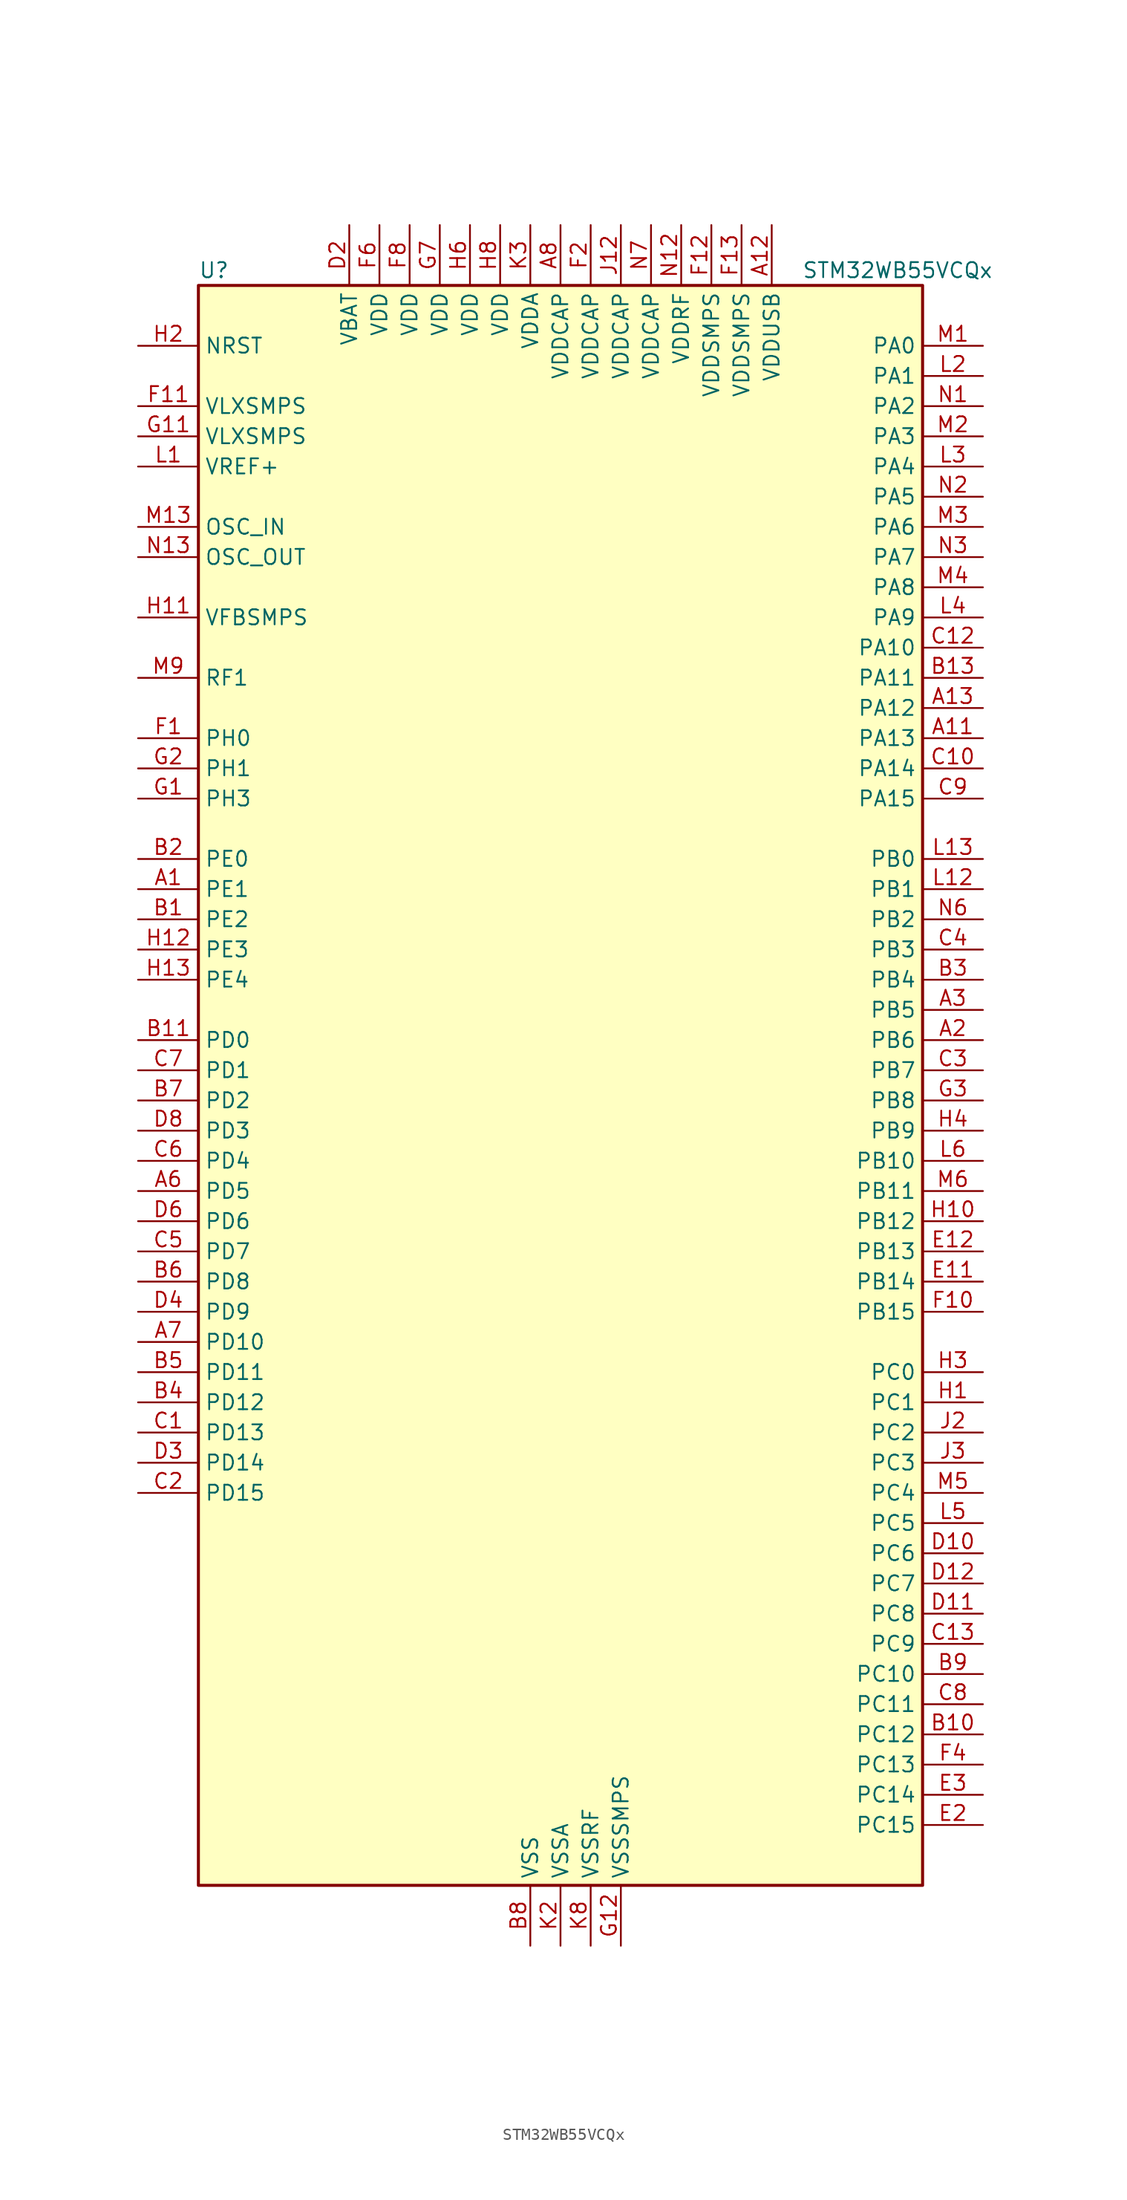
<source format=kicad_sym>
(kicad_symbol_lib
  (version 20231120)
  (generator "kicad-library-utils")
  (generator_version "8.0")
  (symbol "STM32WB55VCQx"
    (property "Reference" "U"
      (at -30.48 69.85 0)
      (effects (font (size 1.27 1.27)) (justify left)))
    (property "Value" "STM32WB55VCQx"
      (at 20.32 69.85 0)
      (effects (font (size 1.27 1.27)) (justify left)))
    (symbol "STM32WB55VCQx_0_1"
      (rectangle (start -30.48 -66.04) (end 30.48 68.58) (stroke (width 0.254) (type default)) (fill (type background))))
    (symbol "STM32WB55VCQx_1_1"
      (pin bidirectional line (at -35.56 17.78 0) (length 5.08) (name "PE1" (effects (font (size 1.27 1.27)))) (number "A1" (effects (font (size 1.27 1.27)))) (alternate "LCD_SEG37" bidirectional line) (alternate "TIM17_CH1" bidirectional line) (alternate "TSC_G7_IO2" bidirectional line))
      (pin bidirectional line (at 35.56 30.48 180) (length 5.08) (name "PA13" (effects (font (size 1.27 1.27)))) (number "A11" (effects (font (size 1.27 1.27)))) (alternate "IR_OUT" bidirectional line) (alternate "SAI1_SD_B" bidirectional line) (alternate "SYS_JTMS-SWDIO" bidirectional line) (alternate "USB_NOE" bidirectional line))
      (pin power_in line (at 17.78 73.66 270) (length 5.08) (name "VDDUSB" (effects (font (size 1.27 1.27)))) (number "A12" (effects (font (size 1.27 1.27)))))
      (pin bidirectional line (at 35.56 33.02 180) (length 5.08) (name "PA12" (effects (font (size 1.27 1.27)))) (number "A13" (effects (font (size 1.27 1.27)))) (alternate "LPUART1_RX" bidirectional line) (alternate "SPI1_MOSI" bidirectional line) (alternate "TIM1_ETR" bidirectional line) (alternate "USART1_DE" bidirectional line) (alternate "USART1_RTS" bidirectional line) (alternate "USB_DP" bidirectional line))
      (pin bidirectional line (at 35.56 5.08 180) (length 5.08) (name "PB6" (effects (font (size 1.27 1.27)))) (number "A2" (effects (font (size 1.27 1.27)))) (alternate "COMP2_INP" bidirectional line) (alternate "I2C1_SCL" bidirectional line) (alternate "LCD_SEG6" bidirectional line) (alternate "LPTIM1_ETR" bidirectional line) (alternate "RCC_MCO" bidirectional line) (alternate "SAI1_FS_B" bidirectional line) (alternate "TIM16_CH1N" bidirectional line) (alternate "TSC_G2_IO3" bidirectional line) (alternate "USART1_TX" bidirectional line))
      (pin bidirectional line (at 35.56 7.62 180) (length 5.08) (name "PB5" (effects (font (size 1.27 1.27)))) (number "A3" (effects (font (size 1.27 1.27)))) (alternate "COMP2_OUT" bidirectional line) (alternate "I2C1_SMBA" bidirectional line) (alternate "LCD_SEG9" bidirectional line) (alternate "LPTIM1_IN1" bidirectional line) (alternate "LPUART1_TX" bidirectional line) (alternate "SAI1_SD_B" bidirectional line) (alternate "SPI1_MOSI" bidirectional line) (alternate "TIM16_BKIN" bidirectional line) (alternate "TSC_G2_IO2" bidirectional line) (alternate "USART1_CK" bidirectional line))
      (pin bidirectional line (at -35.56 -7.62 0) (length 5.08) (name "PD5" (effects (font (size 1.27 1.27)))) (number "A6" (effects (font (size 1.27 1.27)))) (alternate "QUADSPI_BK1_IO1" bidirectional line) (alternate "SAI1_MCLK_B" bidirectional line) (alternate "TSC_G5_IO2" bidirectional line))
      (pin bidirectional line (at -35.56 -20.32 0) (length 5.08) (name "PD10" (effects (font (size 1.27 1.27)))) (number "A7" (effects (font (size 1.27 1.27)))) (alternate "LCD_SEG30" bidirectional line) (alternate "SYS_TRIG_INOUT" bidirectional line) (alternate "TSC_G6_IO1" bidirectional line))
      (pin power_in line (at 0 73.66 270) (length 5.08) (name "VDDCAP" (effects (font (size 1.27 1.27)))) (number "A8" (effects (font (size 1.27 1.27)))))
      (pin bidirectional line (at -35.56 15.24 0) (length 5.08) (name "PE2" (effects (font (size 1.27 1.27)))) (number "B1" (effects (font (size 1.27 1.27)))) (alternate "LCD_SEG38" bidirectional line) (alternate "SAI1_CK1" bidirectional line) (alternate "SAI1_MCLK_A" bidirectional line) (alternate "SYS_TRACECLK" bidirectional line) (alternate "TSC_G7_IO1" bidirectional line))
      (pin bidirectional line (at 35.56 -53.34 180) (length 5.08) (name "PC12" (effects (font (size 1.27 1.27)))) (number "B10" (effects (font (size 1.27 1.27)))) (alternate "LCD_COM6" bidirectional line) (alternate "LCD_SEG30" bidirectional line) (alternate "LCD_SEG42" bidirectional line) (alternate "RCC_LSCO" bidirectional line) (alternate "RTC_TAMP3" bidirectional line) (alternate "SYS_TRACED3" bidirectional line) (alternate "SYS_WKUP3" bidirectional line) (alternate "TSC_G3_IO4" bidirectional line))
      (pin bidirectional line (at -35.56 5.08 0) (length 5.08) (name "PD0" (effects (font (size 1.27 1.27)))) (number "B11" (effects (font (size 1.27 1.27)))) (alternate "SPI2_NSS" bidirectional line))
      (pin passive line (at -2.54 -71.12 90) (length 5.08) hide (name "VSS" (effects (font (size 1.27 1.27)))) (number "B12" (effects (font (size 1.27 1.27)))))
      (pin bidirectional line (at 35.56 35.56 180) (length 5.08) (name "PA11" (effects (font (size 1.27 1.27)))) (number "B13" (effects (font (size 1.27 1.27)))) (alternate "ADC1_EXTI11" bidirectional line) (alternate "SPI1_MISO" bidirectional line) (alternate "TIM1_BKIN2" bidirectional line) (alternate "TIM1_CH4" bidirectional line) (alternate "USART1_CTS" bidirectional line) (alternate "USART1_NSS" bidirectional line) (alternate "USB_DM" bidirectional line))
      (pin bidirectional line (at -35.56 20.32 0) (length 5.08) (name "PE0" (effects (font (size 1.27 1.27)))) (number "B2" (effects (font (size 1.27 1.27)))) (alternate "LCD_SEG36" bidirectional line) (alternate "TIM16_CH1" bidirectional line) (alternate "TIM1_ETR" bidirectional line) (alternate "TSC_G7_IO3" bidirectional line))
      (pin bidirectional line (at 35.56 10.16 180) (length 5.08) (name "PB4" (effects (font (size 1.27 1.27)))) (number "B3" (effects (font (size 1.27 1.27)))) (alternate "COMP2_INP" bidirectional line) (alternate "I2C3_SDA" bidirectional line) (alternate "LCD_SEG8" bidirectional line) (alternate "SAI1_MCLK_B" bidirectional line) (alternate "SPI1_MISO" bidirectional line) (alternate "SYS_JTRST" bidirectional line) (alternate "TIM17_BKIN" bidirectional line) (alternate "TSC_G2_IO1" bidirectional line) (alternate "USART1_CTS" bidirectional line) (alternate "USART1_NSS" bidirectional line))
      (pin bidirectional line (at -35.56 -25.4 0) (length 5.08) (name "PD12" (effects (font (size 1.27 1.27)))) (number "B4" (effects (font (size 1.27 1.27)))) (alternate "LCD_SEG32" bidirectional line) (alternate "LPTIM2_IN1" bidirectional line) (alternate "TSC_G6_IO3" bidirectional line))
      (pin bidirectional line (at -35.56 -22.86 0) (length 5.08) (name "PD11" (effects (font (size 1.27 1.27)))) (number "B5" (effects (font (size 1.27 1.27)))) (alternate "ADC1_EXTI11" bidirectional line) (alternate "LCD_SEG31" bidirectional line) (alternate "LPTIM2_ETR" bidirectional line) (alternate "TSC_G6_IO2" bidirectional line))
      (pin bidirectional line (at -35.56 -15.24 0) (length 5.08) (name "PD8" (effects (font (size 1.27 1.27)))) (number "B6" (effects (font (size 1.27 1.27)))) (alternate "LCD_SEG28" bidirectional line) (alternate "TIM1_BKIN2" bidirectional line))
      (pin bidirectional line (at -35.56 0 0) (length 5.08) (name "PD2" (effects (font (size 1.27 1.27)))) (number "B7" (effects (font (size 1.27 1.27)))) (alternate "LCD_COM7" bidirectional line) (alternate "LCD_SEG31" bidirectional line) (alternate "LCD_SEG43" bidirectional line) (alternate "SYS_TRACED2" bidirectional line) (alternate "TSC_SYNC" bidirectional line))
      (pin power_in line (at -2.54 -71.12 90) (length 5.08) (name "VSS" (effects (font (size 1.27 1.27)))) (number "B8" (effects (font (size 1.27 1.27)))))
      (pin bidirectional line (at 35.56 -48.26 180) (length 5.08) (name "PC10" (effects (font (size 1.27 1.27)))) (number "B9" (effects (font (size 1.27 1.27)))) (alternate "LCD_COM4" bidirectional line) (alternate "LCD_SEG28" bidirectional line) (alternate "LCD_SEG40" bidirectional line) (alternate "SYS_TRACED1" bidirectional line) (alternate "TSC_G3_IO2" bidirectional line))
      (pin bidirectional line (at -35.56 -27.94 0) (length 5.08) (name "PD13" (effects (font (size 1.27 1.27)))) (number "C1" (effects (font (size 1.27 1.27)))) (alternate "LCD_SEG33" bidirectional line) (alternate "LPTIM2_OUT" bidirectional line) (alternate "TSC_G6_IO4" bidirectional line))
      (pin bidirectional line (at 35.56 27.94 180) (length 5.08) (name "PA14" (effects (font (size 1.27 1.27)))) (number "C10" (effects (font (size 1.27 1.27)))) (alternate "I2C1_SMBA" bidirectional line) (alternate "LCD_SEG5" bidirectional line) (alternate "LPTIM1_OUT" bidirectional line) (alternate "SAI1_FS_B" bidirectional line) (alternate "SYS_JTCK-SWCLK" bidirectional line))
      (pin passive line (at -2.54 -71.12 90) (length 5.08) hide (name "VSS" (effects (font (size 1.27 1.27)))) (number "C11" (effects (font (size 1.27 1.27)))))
      (pin bidirectional line (at 35.56 38.1 180) (length 5.08) (name "PA10" (effects (font (size 1.27 1.27)))) (number "C12" (effects (font (size 1.27 1.27)))) (alternate "CRS_SYNC" bidirectional line) (alternate "I2C1_SDA" bidirectional line) (alternate "LCD_COM2" bidirectional line) (alternate "SAI1_D1" bidirectional line) (alternate "SAI1_SD_A" bidirectional line) (alternate "TIM17_BKIN" bidirectional line) (alternate "TIM1_CH3" bidirectional line) (alternate "USART1_RX" bidirectional line))
      (pin bidirectional line (at 35.56 -45.72 180) (length 5.08) (name "PC9" (effects (font (size 1.27 1.27)))) (number "C13" (effects (font (size 1.27 1.27)))) (alternate "LCD_SEG27" bidirectional line) (alternate "SAI1_SCK_B" bidirectional line) (alternate "TIM1_BKIN" bidirectional line) (alternate "TSC_G4_IO4" bidirectional line) (alternate "USB_NOE" bidirectional line))
      (pin bidirectional line (at -35.56 -33.02 0) (length 5.08) (name "PD15" (effects (font (size 1.27 1.27)))) (number "C2" (effects (font (size 1.27 1.27)))) (alternate "ADC1_EXTI15" bidirectional line) (alternate "LCD_SEG35" bidirectional line) (alternate "TIM1_CH2" bidirectional line))
      (pin bidirectional line (at 35.56 2.54 180) (length 5.08) (name "PB7" (effects (font (size 1.27 1.27)))) (number "C3" (effects (font (size 1.27 1.27)))) (alternate "COMP2_INM" bidirectional line) (alternate "I2C1_SDA" bidirectional line) (alternate "LCD_SEG21" bidirectional line) (alternate "LPTIM1_IN2" bidirectional line) (alternate "SYS_PVD_IN" bidirectional line) (alternate "TIM17_CH1N" bidirectional line) (alternate "TIM1_BKIN" bidirectional line) (alternate "TSC_G2_IO4" bidirectional line) (alternate "USART1_RX" bidirectional line))
      (pin bidirectional line (at 35.56 12.7 180) (length 5.08) (name "PB3" (effects (font (size 1.27 1.27)))) (number "C4" (effects (font (size 1.27 1.27)))) (alternate "COMP2_INM" bidirectional line) (alternate "LCD_SEG7" bidirectional line) (alternate "SAI1_SCK_B" bidirectional line) (alternate "SPI1_SCK" bidirectional line) (alternate "SYS_JTDO-SWO" bidirectional line) (alternate "TIM2_CH2" bidirectional line) (alternate "USART1_DE" bidirectional line) (alternate "USART1_RTS" bidirectional line))
      (pin bidirectional line (at -35.56 -12.7 0) (length 5.08) (name "PD7" (effects (font (size 1.27 1.27)))) (number "C5" (effects (font (size 1.27 1.27)))) (alternate "LCD_SEG39" bidirectional line) (alternate "QUADSPI_BK1_IO3" bidirectional line) (alternate "TSC_G5_IO4" bidirectional line))
      (pin bidirectional line (at -35.56 -5.08 0) (length 5.08) (name "PD4" (effects (font (size 1.27 1.27)))) (number "C6" (effects (font (size 1.27 1.27)))) (alternate "QUADSPI_BK1_IO0" bidirectional line) (alternate "SPI2_MOSI" bidirectional line) (alternate "TSC_G5_IO1" bidirectional line))
      (pin bidirectional line (at -35.56 2.54 0) (length 5.08) (name "PD1" (effects (font (size 1.27 1.27)))) (number "C7" (effects (font (size 1.27 1.27)))) (alternate "SPI2_SCK" bidirectional line))
      (pin bidirectional line (at 35.56 -50.8 180) (length 5.08) (name "PC11" (effects (font (size 1.27 1.27)))) (number "C8" (effects (font (size 1.27 1.27)))) (alternate "ADC1_EXTI11" bidirectional line) (alternate "LCD_COM5" bidirectional line) (alternate "LCD_SEG29" bidirectional line) (alternate "LCD_SEG41" bidirectional line) (alternate "TSC_G3_IO3" bidirectional line))
      (pin bidirectional line (at 35.56 25.4 180) (length 5.08) (name "PA15" (effects (font (size 1.27 1.27)))) (number "C9" (effects (font (size 1.27 1.27)))) (alternate "ADC1_EXTI15" bidirectional line) (alternate "LCD_SEG17" bidirectional line) (alternate "RCC_MCO" bidirectional line) (alternate "SPI1_NSS" bidirectional line) (alternate "SYS_JTDI" bidirectional line) (alternate "TIM2_CH1" bidirectional line) (alternate "TIM2_ETR" bidirectional line) (alternate "TSC_G3_IO1" bidirectional line))
      (pin bidirectional line (at 35.56 -38.1 180) (length 5.08) (name "PC6" (effects (font (size 1.27 1.27)))) (number "D10" (effects (font (size 1.27 1.27)))) (alternate "LCD_SEG24" bidirectional line) (alternate "TSC_G4_IO1" bidirectional line))
      (pin bidirectional line (at 35.56 -43.18 180) (length 5.08) (name "PC8" (effects (font (size 1.27 1.27)))) (number "D11" (effects (font (size 1.27 1.27)))) (alternate "LCD_SEG26" bidirectional line) (alternate "TSC_G4_IO3" bidirectional line))
      (pin bidirectional line (at 35.56 -40.64 180) (length 5.08) (name "PC7" (effects (font (size 1.27 1.27)))) (number "D12" (effects (font (size 1.27 1.27)))) (alternate "LCD_SEG25" bidirectional line) (alternate "TSC_G4_IO2" bidirectional line))
      (pin power_in line (at -17.78 73.66 270) (length 5.08) (name "VBAT" (effects (font (size 1.27 1.27)))) (number "D2" (effects (font (size 1.27 1.27)))))
      (pin bidirectional line (at -35.56 -30.48 0) (length 5.08) (name "PD14" (effects (font (size 1.27 1.27)))) (number "D3" (effects (font (size 1.27 1.27)))) (alternate "LCD_SEG34" bidirectional line) (alternate "TIM1_CH1" bidirectional line))
      (pin bidirectional line (at -35.56 -17.78 0) (length 5.08) (name "PD9" (effects (font (size 1.27 1.27)))) (number "D4" (effects (font (size 1.27 1.27)))) (alternate "LCD_SEG29" bidirectional line) (alternate "SYS_TRACED0" bidirectional line))
      (pin bidirectional line (at -35.56 -10.16 0) (length 5.08) (name "PD6" (effects (font (size 1.27 1.27)))) (number "D6" (effects (font (size 1.27 1.27)))) (alternate "QUADSPI_BK1_IO2" bidirectional line) (alternate "SAI1_D1" bidirectional line) (alternate "SAI1_SD_A" bidirectional line) (alternate "TSC_G5_IO3" bidirectional line))
      (pin bidirectional line (at -35.56 -2.54 0) (length 5.08) (name "PD3" (effects (font (size 1.27 1.27)))) (number "D8" (effects (font (size 1.27 1.27)))) (alternate "QUADSPI_BK1_NCS" bidirectional line) (alternate "SPI2_MISO" bidirectional line) (alternate "SPI2_SCK" bidirectional line))
      (pin bidirectional line (at 35.56 -15.24 180) (length 5.08) (name "PB14" (effects (font (size 1.27 1.27)))) (number "E11" (effects (font (size 1.27 1.27)))) (alternate "I2C3_SDA" bidirectional line) (alternate "LCD_SEG14" bidirectional line) (alternate "SAI1_MCLK_A" bidirectional line) (alternate "SPI2_MISO" bidirectional line) (alternate "TIM1_CH2N" bidirectional line) (alternate "TSC_G1_IO3" bidirectional line))
      (pin bidirectional line (at 35.56 -12.7 180) (length 5.08) (name "PB13" (effects (font (size 1.27 1.27)))) (number "E12" (effects (font (size 1.27 1.27)))) (alternate "I2C3_SCL" bidirectional line) (alternate "LCD_SEG13" bidirectional line) (alternate "LPUART1_CTS" bidirectional line) (alternate "SAI1_SCK_A" bidirectional line) (alternate "SPI2_SCK" bidirectional line) (alternate "TIM1_CH1N" bidirectional line) (alternate "TSC_G1_IO2" bidirectional line))
      (pin bidirectional line (at 35.56 -60.96 180) (length 5.08) (name "PC15" (effects (font (size 1.27 1.27)))) (number "E2" (effects (font (size 1.27 1.27)))) (alternate "ADC1_EXTI15" bidirectional line) (alternate "RCC_OSC32_OUT" bidirectional line))
      (pin bidirectional line (at 35.56 -58.42 180) (length 5.08) (name "PC14" (effects (font (size 1.27 1.27)))) (number "E3" (effects (font (size 1.27 1.27)))) (alternate "RCC_OSC32_IN" bidirectional line))
      (pin passive line (at -2.54 -71.12 90) (length 5.08) hide (name "VSS" (effects (font (size 1.27 1.27)))) (number "E5" (effects (font (size 1.27 1.27)))))
      (pin passive line (at -2.54 -71.12 90) (length 5.08) hide (name "VSS" (effects (font (size 1.27 1.27)))) (number "E7" (effects (font (size 1.27 1.27)))))
      (pin passive line (at -2.54 -71.12 90) (length 5.08) hide (name "VSS" (effects (font (size 1.27 1.27)))) (number "E9" (effects (font (size 1.27 1.27)))))
      (pin bidirectional line (at -35.56 30.48 0) (length 5.08) (name "PH0" (effects (font (size 1.27 1.27)))) (number "F1" (effects (font (size 1.27 1.27)))))
      (pin bidirectional line (at 35.56 -17.78 180) (length 5.08) (name "PB15" (effects (font (size 1.27 1.27)))) (number "F10" (effects (font (size 1.27 1.27)))) (alternate "ADC1_EXTI15" bidirectional line) (alternate "LCD_SEG15" bidirectional line) (alternate "RTC_REFIN" bidirectional line) (alternate "SAI1_SD_A" bidirectional line) (alternate "SPI2_MOSI" bidirectional line) (alternate "TIM1_CH3N" bidirectional line) (alternate "TSC_G1_IO4" bidirectional line))
      (pin power_in line (at -35.56 58.42 0) (length 5.08) (name "VLXSMPS" (effects (font (size 1.27 1.27)))) (number "F11" (effects (font (size 1.27 1.27)))))
      (pin power_in line (at 12.7 73.66 270) (length 5.08) (name "VDDSMPS" (effects (font (size 1.27 1.27)))) (number "F12" (effects (font (size 1.27 1.27)))))
      (pin power_in line (at 15.24 73.66 270) (length 5.08) (name "VDDSMPS" (effects (font (size 1.27 1.27)))) (number "F13" (effects (font (size 1.27 1.27)))))
      (pin power_in line (at 2.54 73.66 270) (length 5.08) (name "VDDCAP" (effects (font (size 1.27 1.27)))) (number "F2" (effects (font (size 1.27 1.27)))))
      (pin passive line (at -2.54 -71.12 90) (length 5.08) hide (name "VSS" (effects (font (size 1.27 1.27)))) (number "F3" (effects (font (size 1.27 1.27)))))
      (pin bidirectional line (at 35.56 -55.88 180) (length 5.08) (name "PC13" (effects (font (size 1.27 1.27)))) (number "F4" (effects (font (size 1.27 1.27)))) (alternate "RTC_OUT1" bidirectional line) (alternate "RTC_TAMP1" bidirectional line) (alternate "RTC_TS" bidirectional line) (alternate "SYS_WKUP2" bidirectional line))
      (pin power_in line (at -15.24 73.66 270) (length 5.08) (name "VDD" (effects (font (size 1.27 1.27)))) (number "F6" (effects (font (size 1.27 1.27)))))
      (pin power_in line (at -12.7 73.66 270) (length 5.08) (name "VDD" (effects (font (size 1.27 1.27)))) (number "F8" (effects (font (size 1.27 1.27)))))
      (pin bidirectional line (at -35.56 25.4 0) (length 5.08) (name "PH3" (effects (font (size 1.27 1.27)))) (number "G1" (effects (font (size 1.27 1.27)))) (alternate "RCC_LSCO" bidirectional line))
      (pin power_in line (at -35.56 55.88 0) (length 5.08) (name "VLXSMPS" (effects (font (size 1.27 1.27)))) (number "G11" (effects (font (size 1.27 1.27)))))
      (pin power_in line (at 5.08 -71.12 90) (length 5.08) (name "VSSSMPS" (effects (font (size 1.27 1.27)))) (number "G12" (effects (font (size 1.27 1.27)))))
      (pin passive line (at 5.08 -71.12 90) (length 5.08) hide (name "VSSSMPS" (effects (font (size 1.27 1.27)))) (number "G13" (effects (font (size 1.27 1.27)))))
      (pin bidirectional line (at -35.56 27.94 0) (length 5.08) (name "PH1" (effects (font (size 1.27 1.27)))) (number "G2" (effects (font (size 1.27 1.27)))))
      (pin bidirectional line (at 35.56 0 180) (length 5.08) (name "PB8" (effects (font (size 1.27 1.27)))) (number "G3" (effects (font (size 1.27 1.27)))) (alternate "I2C1_SCL" bidirectional line) (alternate "LCD_SEG16" bidirectional line) (alternate "QUADSPI_BK1_IO1" bidirectional line) (alternate "SAI1_CK1" bidirectional line) (alternate "SAI1_MCLK_A" bidirectional line) (alternate "TIM16_CH1" bidirectional line) (alternate "TIM1_CH2N" bidirectional line))
      (pin passive line (at -2.54 -71.12 90) (length 5.08) hide (name "VSS" (effects (font (size 1.27 1.27)))) (number "G5" (effects (font (size 1.27 1.27)))))
      (pin power_in line (at -10.16 73.66 270) (length 5.08) (name "VDD" (effects (font (size 1.27 1.27)))) (number "G7" (effects (font (size 1.27 1.27)))))
      (pin passive line (at -2.54 -71.12 90) (length 5.08) hide (name "VSS" (effects (font (size 1.27 1.27)))) (number "G9" (effects (font (size 1.27 1.27)))))
      (pin bidirectional line (at 35.56 -25.4 180) (length 5.08) (name "PC1" (effects (font (size 1.27 1.27)))) (number "H1" (effects (font (size 1.27 1.27)))) (alternate "ADC1_IN2" bidirectional line) (alternate "I2C3_SDA" bidirectional line) (alternate "LCD_SEG19" bidirectional line) (alternate "LPTIM1_OUT" bidirectional line) (alternate "LPUART1_TX" bidirectional line) (alternate "SPI2_MOSI" bidirectional line))
      (pin bidirectional line (at 35.56 -10.16 180) (length 5.08) (name "PB12" (effects (font (size 1.27 1.27)))) (number "H10" (effects (font (size 1.27 1.27)))) (alternate "I2C3_SMBA" bidirectional line) (alternate "LCD_SEG12" bidirectional line) (alternate "LPUART1_DE" bidirectional line) (alternate "LPUART1_RTS" bidirectional line) (alternate "SAI1_FS_A" bidirectional line) (alternate "SPI2_NSS" bidirectional line) (alternate "TIM1_BKIN" bidirectional line) (alternate "TSC_G1_IO1" bidirectional line))
      (pin input line (at -35.56 40.64 0) (length 5.08) (name "VFBSMPS" (effects (font (size 1.27 1.27)))) (number "H11" (effects (font (size 1.27 1.27)))))
      (pin bidirectional line (at -35.56 12.7 0) (length 5.08) (name "PE3" (effects (font (size 1.27 1.27)))) (number "H12" (effects (font (size 1.27 1.27)))))
      (pin bidirectional line (at -35.56 10.16 0) (length 5.08) (name "PE4" (effects (font (size 1.27 1.27)))) (number "H13" (effects (font (size 1.27 1.27)))))
      (pin input line (at -35.56 63.5 0) (length 5.08) (name "NRST" (effects (font (size 1.27 1.27)))) (number "H2" (effects (font (size 1.27 1.27)))))
      (pin bidirectional line (at 35.56 -22.86 180) (length 5.08) (name "PC0" (effects (font (size 1.27 1.27)))) (number "H3" (effects (font (size 1.27 1.27)))) (alternate "ADC1_IN1" bidirectional line) (alternate "I2C3_SCL" bidirectional line) (alternate "LCD_SEG18" bidirectional line) (alternate "LPTIM1_IN1" bidirectional line) (alternate "LPTIM2_IN1" bidirectional line) (alternate "LPUART1_RX" bidirectional line))
      (pin bidirectional line (at 35.56 -2.54 180) (length 5.08) (name "PB9" (effects (font (size 1.27 1.27)))) (number "H4" (effects (font (size 1.27 1.27)))) (alternate "I2C1_SDA" bidirectional line) (alternate "IR_OUT" bidirectional line) (alternate "LCD_COM3" bidirectional line) (alternate "QUADSPI_BK1_IO0" bidirectional line) (alternate "SAI1_D2" bidirectional line) (alternate "SAI1_FS_A" bidirectional line) (alternate "SPI2_NSS" bidirectional line) (alternate "TIM17_CH1" bidirectional line) (alternate "TIM1_CH3N" bidirectional line) (alternate "TSC_G7_IO4" bidirectional line))
      (pin power_in line (at -7.62 73.66 270) (length 5.08) (name "VDD" (effects (font (size 1.27 1.27)))) (number "H6" (effects (font (size 1.27 1.27)))))
      (pin power_in line (at -5.08 73.66 270) (length 5.08) (name "VDD" (effects (font (size 1.27 1.27)))) (number "H8" (effects (font (size 1.27 1.27)))))
      (pin passive line (at -2.54 -71.12 90) (length 5.08) hide (name "VSS" (effects (font (size 1.27 1.27)))) (number "J11" (effects (font (size 1.27 1.27)))))
      (pin power_in line (at 5.08 73.66 270) (length 5.08) (name "VDDCAP" (effects (font (size 1.27 1.27)))) (number "J12" (effects (font (size 1.27 1.27)))))
      (pin bidirectional line (at 35.56 -27.94 180) (length 5.08) (name "PC2" (effects (font (size 1.27 1.27)))) (number "J2" (effects (font (size 1.27 1.27)))) (alternate "ADC1_IN3" bidirectional line) (alternate "LCD_SEG20" bidirectional line) (alternate "LPTIM1_IN2" bidirectional line) (alternate "SPI2_MISO" bidirectional line))
      (pin bidirectional line (at 35.56 -30.48 180) (length 5.08) (name "PC3" (effects (font (size 1.27 1.27)))) (number "J3" (effects (font (size 1.27 1.27)))) (alternate "ADC1_IN4" bidirectional line) (alternate "LCD_VLCD" bidirectional line) (alternate "LPTIM1_ETR" bidirectional line) (alternate "LPTIM2_ETR" bidirectional line) (alternate "SAI1_D1" bidirectional line) (alternate "SAI1_SD_A" bidirectional line) (alternate "SPI2_MOSI" bidirectional line))
      (pin passive line (at -2.54 -71.12 90) (length 5.08) hide (name "VSS" (effects (font (size 1.27 1.27)))) (number "J5" (effects (font (size 1.27 1.27)))))
      (pin passive line (at -2.54 -71.12 90) (length 5.08) hide (name "VSS" (effects (font (size 1.27 1.27)))) (number "J7" (effects (font (size 1.27 1.27)))))
      (pin passive line (at -2.54 -71.12 90) (length 5.08) hide (name "VSS" (effects (font (size 1.27 1.27)))) (number "J9" (effects (font (size 1.27 1.27)))))
      (pin passive line (at 2.54 -71.12 90) (length 5.08) hide (name "VSSRF" (effects (font (size 1.27 1.27)))) (number "K10" (effects (font (size 1.27 1.27)))))
      (pin no_connect line (at -30.48 -66.04 0) (length 5.08) hide (name "AT0" (effects (font (size 1.27 1.27)))) (number "K11" (effects (font (size 1.27 1.27)))))
      (pin no_connect line (at -30.48 -63.5 0) (length 5.08) hide (name "AT1" (effects (font (size 1.27 1.27)))) (number "K12" (effects (font (size 1.27 1.27)))))
      (pin power_in line (at 0 -71.12 90) (length 5.08) (name "VSSA" (effects (font (size 1.27 1.27)))) (number "K2" (effects (font (size 1.27 1.27)))))
      (pin power_in line (at -2.54 73.66 270) (length 5.08) (name "VDDA" (effects (font (size 1.27 1.27)))) (number "K3" (effects (font (size 1.27 1.27)))))
      (pin passive line (at -2.54 -71.12 90) (length 5.08) hide (name "VSS" (effects (font (size 1.27 1.27)))) (number "K4" (effects (font (size 1.27 1.27)))))
      (pin passive line (at -2.54 -71.12 90) (length 5.08) hide (name "VSS" (effects (font (size 1.27 1.27)))) (number "K6" (effects (font (size 1.27 1.27)))))
      (pin power_in line (at 2.54 -71.12 90) (length 5.08) (name "VSSRF" (effects (font (size 1.27 1.27)))) (number "K8" (effects (font (size 1.27 1.27)))))
      (pin input line (at -35.56 53.34 0) (length 5.08) (name "VREF+" (effects (font (size 1.27 1.27)))) (number "L1" (effects (font (size 1.27 1.27)))) (alternate "VREFBUF_OUT" bidirectional line))
      (pin passive line (at 2.54 -71.12 90) (length 5.08) hide (name "VSSRF" (effects (font (size 1.27 1.27)))) (number "L10" (effects (font (size 1.27 1.27)))))
      (pin passive line (at 2.54 -71.12 90) (length 5.08) hide (name "VSSRF" (effects (font (size 1.27 1.27)))) (number "L11" (effects (font (size 1.27 1.27)))))
      (pin bidirectional line (at 35.56 17.78 180) (length 5.08) (name "PB1" (effects (font (size 1.27 1.27)))) (number "L12" (effects (font (size 1.27 1.27)))) (alternate "LPTIM2_IN1" bidirectional line) (alternate "LPUART1_DE" bidirectional line) (alternate "LPUART1_RTS" bidirectional line))
      (pin bidirectional line (at 35.56 20.32 180) (length 5.08) (name "PB0" (effects (font (size 1.27 1.27)))) (number "L13" (effects (font (size 1.27 1.27)))) (alternate "COMP1_OUT" bidirectional line) (alternate "RF_TX_MOD_EXT_PA" bidirectional line))
      (pin bidirectional line (at 35.56 60.96 180) (length 5.08) (name "PA1" (effects (font (size 1.27 1.27)))) (number "L2" (effects (font (size 1.27 1.27)))) (alternate "ADC1_IN6" bidirectional line) (alternate "COMP1_INP" bidirectional line) (alternate "I2C1_SMBA" bidirectional line) (alternate "LCD_SEG0" bidirectional line) (alternate "SPI1_SCK" bidirectional line) (alternate "TIM2_CH2" bidirectional line))
      (pin bidirectional line (at 35.56 53.34 180) (length 5.08) (name "PA4" (effects (font (size 1.27 1.27)))) (number "L3" (effects (font (size 1.27 1.27)))) (alternate "ADC1_IN9" bidirectional line) (alternate "COMP1_INM" bidirectional line) (alternate "COMP2_INM" bidirectional line) (alternate "LCD_SEG5" bidirectional line) (alternate "LPTIM2_OUT" bidirectional line) (alternate "SAI1_FS_B" bidirectional line) (alternate "SPI1_NSS" bidirectional line))
      (pin bidirectional line (at 35.56 40.64 180) (length 5.08) (name "PA9" (effects (font (size 1.27 1.27)))) (number "L4" (effects (font (size 1.27 1.27)))) (alternate "ADC1_IN16" bidirectional line) (alternate "COMP1_INM" bidirectional line) (alternate "I2C1_SCL" bidirectional line) (alternate "LCD_COM1" bidirectional line) (alternate "SAI1_D2" bidirectional line) (alternate "SAI1_FS_A" bidirectional line) (alternate "SPI2_SCK" bidirectional line) (alternate "TIM1_CH2" bidirectional line) (alternate "USART1_TX" bidirectional line))
      (pin bidirectional line (at 35.56 -35.56 180) (length 5.08) (name "PC5" (effects (font (size 1.27 1.27)))) (number "L5" (effects (font (size 1.27 1.27)))) (alternate "ADC1_IN14" bidirectional line) (alternate "COMP1_INP" bidirectional line) (alternate "LCD_SEG23" bidirectional line) (alternate "SAI1_D3" bidirectional line) (alternate "SYS_WKUP5" bidirectional line))
      (pin bidirectional line (at 35.56 -5.08 180) (length 5.08) (name "PB10" (effects (font (size 1.27 1.27)))) (number "L6" (effects (font (size 1.27 1.27)))) (alternate "COMP1_OUT" bidirectional line) (alternate "I2C3_SCL" bidirectional line) (alternate "LCD_SEG10" bidirectional line) (alternate "LPUART1_RX" bidirectional line) (alternate "QUADSPI_CLK" bidirectional line) (alternate "SAI1_SCK_A" bidirectional line) (alternate "SPI2_SCK" bidirectional line) (alternate "TIM2_CH3" bidirectional line) (alternate "TSC_SYNC" bidirectional line))
      (pin passive line (at 2.54 -71.12 90) (length 5.08) hide (name "VSSRF" (effects (font (size 1.27 1.27)))) (number "L7" (effects (font (size 1.27 1.27)))))
      (pin passive line (at 2.54 -71.12 90) (length 5.08) hide (name "VSSRF" (effects (font (size 1.27 1.27)))) (number "L8" (effects (font (size 1.27 1.27)))))
      (pin passive line (at 2.54 -71.12 90) (length 5.08) hide (name "VSSRF" (effects (font (size 1.27 1.27)))) (number "L9" (effects (font (size 1.27 1.27)))))
      (pin bidirectional line (at 35.56 63.5 180) (length 5.08) (name "PA0" (effects (font (size 1.27 1.27)))) (number "M1" (effects (font (size 1.27 1.27)))) (alternate "ADC1_IN5" bidirectional line) (alternate "COMP1_INM" bidirectional line) (alternate "COMP1_OUT" bidirectional line) (alternate "RTC_TAMP2" bidirectional line) (alternate "SAI1_EXTCLK" bidirectional line) (alternate "SYS_WKUP1" bidirectional line) (alternate "TIM2_CH1" bidirectional line) (alternate "TIM2_ETR" bidirectional line))
      (pin passive line (at 2.54 -71.12 90) (length 5.08) hide (name "VSSRF" (effects (font (size 1.27 1.27)))) (number "M10" (effects (font (size 1.27 1.27)))))
      (pin passive line (at 2.54 -71.12 90) (length 5.08) hide (name "VSSRF" (effects (font (size 1.27 1.27)))) (number "M11" (effects (font (size 1.27 1.27)))))
      (pin passive line (at 2.54 -71.12 90) (length 5.08) hide (name "VSSRF" (effects (font (size 1.27 1.27)))) (number "M12" (effects (font (size 1.27 1.27)))))
      (pin input line (at -35.56 48.26 0) (length 5.08) (name "OSC_IN" (effects (font (size 1.27 1.27)))) (number "M13" (effects (font (size 1.27 1.27)))) (alternate "RCC_OSC_IN" bidirectional line))
      (pin bidirectional line (at 35.56 55.88 180) (length 5.08) (name "PA3" (effects (font (size 1.27 1.27)))) (number "M2" (effects (font (size 1.27 1.27)))) (alternate "ADC1_IN8" bidirectional line) (alternate "COMP2_INP" bidirectional line) (alternate "LCD_SEG2" bidirectional line) (alternate "LPUART1_RX" bidirectional line) (alternate "QUADSPI_CLK" bidirectional line) (alternate "SAI1_CK1" bidirectional line) (alternate "SAI1_MCLK_A" bidirectional line) (alternate "TIM2_CH4" bidirectional line))
      (pin bidirectional line (at 35.56 48.26 180) (length 5.08) (name "PA6" (effects (font (size 1.27 1.27)))) (number "M3" (effects (font (size 1.27 1.27)))) (alternate "ADC1_IN11" bidirectional line) (alternate "LCD_SEG3" bidirectional line) (alternate "LPUART1_CTS" bidirectional line) (alternate "QUADSPI_BK1_IO3" bidirectional line) (alternate "SPI1_MISO" bidirectional line) (alternate "TIM16_CH1" bidirectional line) (alternate "TIM1_BKIN" bidirectional line))
      (pin bidirectional line (at 35.56 43.18 180) (length 5.08) (name "PA8" (effects (font (size 1.27 1.27)))) (number "M4" (effects (font (size 1.27 1.27)))) (alternate "ADC1_IN15" bidirectional line) (alternate "LCD_COM0" bidirectional line) (alternate "LPTIM2_OUT" bidirectional line) (alternate "RCC_MCO" bidirectional line) (alternate "SAI1_CK2" bidirectional line) (alternate "SAI1_SCK_A" bidirectional line) (alternate "TIM1_CH1" bidirectional line) (alternate "USART1_CK" bidirectional line))
      (pin bidirectional line (at 35.56 -33.02 180) (length 5.08) (name "PC4" (effects (font (size 1.27 1.27)))) (number "M5" (effects (font (size 1.27 1.27)))) (alternate "ADC1_IN13" bidirectional line) (alternate "COMP1_INM" bidirectional line) (alternate "LCD_SEG22" bidirectional line))
      (pin bidirectional line (at 35.56 -7.62 180) (length 5.08) (name "PB11" (effects (font (size 1.27 1.27)))) (number "M6" (effects (font (size 1.27 1.27)))) (alternate "ADC1_EXTI11" bidirectional line) (alternate "COMP2_OUT" bidirectional line) (alternate "I2C3_SDA" bidirectional line) (alternate "LCD_SEG11" bidirectional line) (alternate "LPUART1_TX" bidirectional line) (alternate "QUADSPI_BK1_NCS" bidirectional line) (alternate "TIM2_CH4" bidirectional line))
      (pin passive line (at -2.54 -71.12 90) (length 5.08) hide (name "VSS" (effects (font (size 1.27 1.27)))) (number "M7" (effects (font (size 1.27 1.27)))))
      (pin passive line (at 2.54 -71.12 90) (length 5.08) hide (name "VSSRF" (effects (font (size 1.27 1.27)))) (number "M8" (effects (font (size 1.27 1.27)))))
      (pin bidirectional line (at -35.56 35.56 0) (length 5.08) (name "RF1" (effects (font (size 1.27 1.27)))) (number "M9" (effects (font (size 1.27 1.27)))) (alternate "RF_RF1" bidirectional line))
      (pin bidirectional line (at 35.56 58.42 180) (length 5.08) (name "PA2" (effects (font (size 1.27 1.27)))) (number "N1" (effects (font (size 1.27 1.27)))) (alternate "ADC1_IN7" bidirectional line) (alternate "COMP2_INM" bidirectional line) (alternate "COMP2_OUT" bidirectional line) (alternate "LCD_SEG1" bidirectional line) (alternate "LPUART1_TX" bidirectional line) (alternate "QUADSPI_BK1_NCS" bidirectional line) (alternate "RCC_LSCO" bidirectional line) (alternate "SYS_WKUP4" bidirectional line) (alternate "TIM2_CH3" bidirectional line))
      (pin passive line (at 2.54 -71.12 90) (length 5.08) hide (name "VSSRF" (effects (font (size 1.27 1.27)))) (number "N11" (effects (font (size 1.27 1.27)))))
      (pin power_in line (at 10.16 73.66 270) (length 5.08) (name "VDDRF" (effects (font (size 1.27 1.27)))) (number "N12" (effects (font (size 1.27 1.27)))))
      (pin input line (at -35.56 45.72 0) (length 5.08) (name "OSC_OUT" (effects (font (size 1.27 1.27)))) (number "N13" (effects (font (size 1.27 1.27)))) (alternate "RCC_OSC_OUT" bidirectional line))
      (pin bidirectional line (at 35.56 50.8 180) (length 5.08) (name "PA5" (effects (font (size 1.27 1.27)))) (number "N2" (effects (font (size 1.27 1.27)))) (alternate "ADC1_IN10" bidirectional line) (alternate "COMP1_INM" bidirectional line) (alternate "COMP2_INM" bidirectional line) (alternate "LPTIM2_ETR" bidirectional line) (alternate "SAI1_SD_B" bidirectional line) (alternate "SPI1_SCK" bidirectional line) (alternate "TIM2_CH1" bidirectional line) (alternate "TIM2_ETR" bidirectional line))
      (pin bidirectional line (at 35.56 45.72 180) (length 5.08) (name "PA7" (effects (font (size 1.27 1.27)))) (number "N3" (effects (font (size 1.27 1.27)))) (alternate "ADC1_IN12" bidirectional line) (alternate "COMP2_OUT" bidirectional line) (alternate "I2C3_SCL" bidirectional line) (alternate "LCD_SEG4" bidirectional line) (alternate "QUADSPI_BK1_IO2" bidirectional line) (alternate "SPI1_MOSI" bidirectional line) (alternate "TIM17_CH1" bidirectional line) (alternate "TIM1_CH1N" bidirectional line))
      (pin bidirectional line (at 35.56 15.24 180) (length 5.08) (name "PB2" (effects (font (size 1.27 1.27)))) (number "N6" (effects (font (size 1.27 1.27)))) (alternate "COMP1_INP" bidirectional line) (alternate "I2C3_SMBA" bidirectional line) (alternate "LCD_VLCD" bidirectional line) (alternate "LPTIM1_OUT" bidirectional line) (alternate "RTC_OUT2" bidirectional line) (alternate "SAI1_EXTCLK" bidirectional line) (alternate "SPI1_NSS" bidirectional line))
      (pin power_in line (at 7.62 73.66 270) (length 5.08) (name "VDDCAP" (effects (font (size 1.27 1.27)))) (number "N7" (effects (font (size 1.27 1.27)))))
      (pin passive line (at 2.54 -71.12 90) (length 5.08) hide (name "VSSRF" (effects (font (size 1.27 1.27)))) (number "N8" (effects (font (size 1.27 1.27))))))))
</source>
